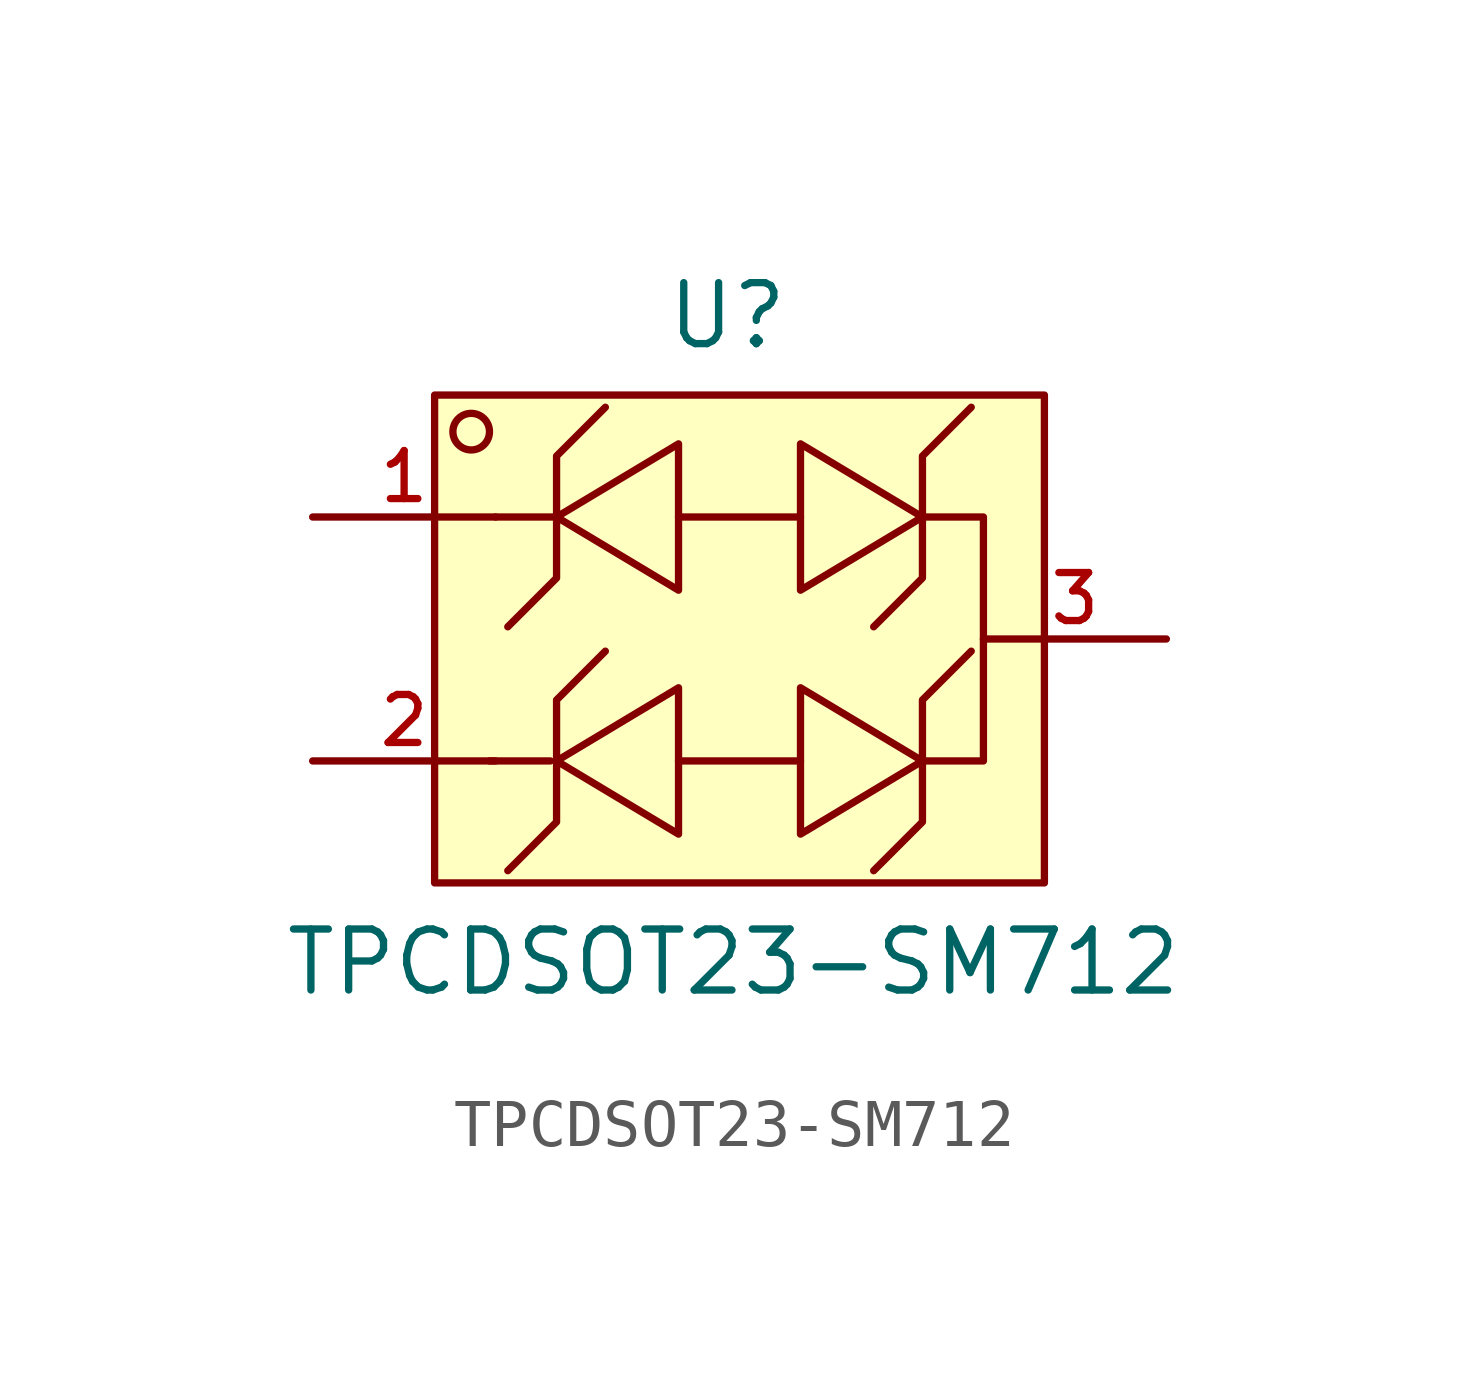
<source format=kicad_sym>
(kicad_symbol_lib
  (version 20220914)
  (generator kicad_symbol_editor)
  (symbol "TPCDSOT23-SM712"
    (pin_names hide)
    (property "Reference" "U"
      (at 0 6.731 0)
      (effects (font (size 1.27 1.27))))
    (property "Value" "TPCDSOT23-SM712"
      (at 0.127 -6.731 0)
      (effects (font (size 1.27 1.27))))
    (symbol "TPCDSOT23-SM712_0_1"
      (rectangle (start -6.096 5.08) (end 6.604 -5.08) (stroke (width 0) (type default)) (fill (type background)))
      (circle (center -5.334 4.318) (radius 0.381) (stroke (width 0) (type default)) (fill (type background)))
      (polyline (pts (xy -3.683 -2.54) (xy -4.953 -2.54)) (stroke (width 0) (type default)) (fill (type none)))
      (polyline (pts (xy -3.556 2.54) (xy -4.826 2.54)) (stroke (width 0) (type default)) (fill (type none)))
      (polyline (pts (xy 1.524 -2.54) (xy -1.016 -2.54)) (stroke (width 0) (type default)) (fill (type none)))
      (polyline (pts (xy 1.524 2.54) (xy -1.016 2.54)) (stroke (width 0) (type default)) (fill (type none)))
      (polyline (pts (xy -4.572 -4.826) (xy -3.556 -3.81) (xy -3.556 -1.27) (xy -2.54 -0.254)) (stroke (width 0) (type default)) (fill (type none)))
      (polyline (pts (xy -4.572 0.254) (xy -3.556 1.27) (xy -3.556 3.81) (xy -2.54 4.826)) (stroke (width 0) (type default)) (fill (type none)))
      (polyline (pts (xy -1.016 -1.016) (xy -3.556 -2.54) (xy -1.016 -4.064) (xy -1.016 -1.016)) (stroke (width 0) (type default)) (fill (type background)))
      (polyline (pts (xy -1.016 4.064) (xy -3.556 2.54) (xy -1.016 1.016) (xy -1.016 4.064)) (stroke (width 0) (type default)) (fill (type background)))
      (polyline (pts (xy 1.524 -4.064) (xy 4.064 -2.54) (xy 1.524 -1.016) (xy 1.524 -4.064)) (stroke (width 0) (type default)) (fill (type background)))
      (polyline (pts (xy 1.524 1.016) (xy 4.064 2.54) (xy 1.524 4.064) (xy 1.524 1.016)) (stroke (width 0) (type default)) (fill (type background)))
      (polyline (pts (xy 4.064 2.54) (xy 5.334 2.54) (xy 5.334 -2.54) (xy 4.064 -2.54)) (stroke (width 0) (type default)) (fill (type none)))
      (polyline (pts (xy 5.08 -0.254) (xy 4.064 -1.27) (xy 4.064 -3.81) (xy 3.048 -4.826)) (stroke (width 0) (type default)) (fill (type none)))
      (polyline (pts (xy 5.08 4.826) (xy 4.064 3.81) (xy 4.064 1.27) (xy 3.048 0.254)) (stroke (width 0) (type default)) (fill (type none)))
      (pin unspecified line (at -8.636 2.54 0) (length 3.81) (name "1" (effects (font (size 1 1)))) (number "1" (effects (font (size 1 1)))))
      (pin unspecified line (at -8.636 -2.54 0) (length 3.81) (name "2" (effects (font (size 1 1)))) (number "2" (effects (font (size 1 1)))))
      (pin unspecified line (at 9.144 0 180) (length 3.81) (name "3" (effects (font (size 1 1)))) (number "3" (effects (font (size 1 1))))))))
</source>
